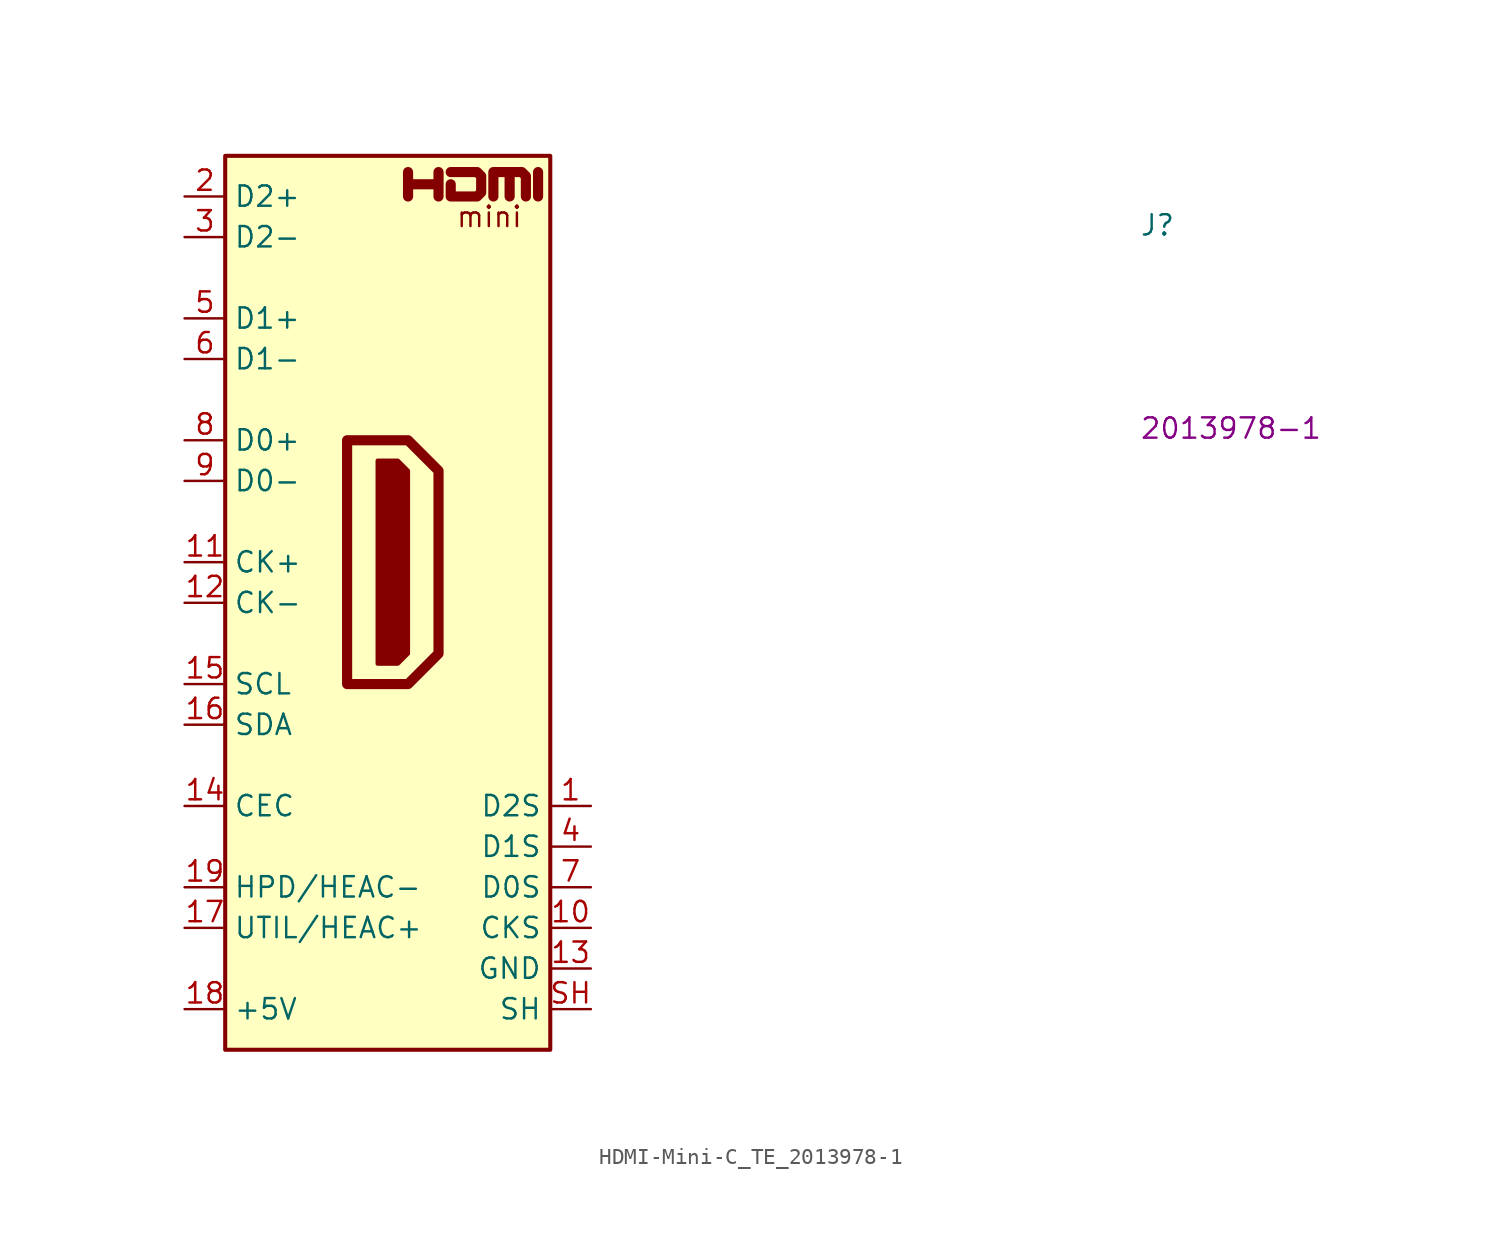
<source format=kicad_sym>
(kicad_symbol_lib
  (version 20220914)
  (generator kicad_symbol_editor)
  (symbol "HDMI-Mini-C_TE_2013978-1"
    (property "Reference" "J"
      (at 59.69 -2.54 0)
      (effects (font (size 1.27 1.27) (thickness 0.15)) (justify left bottom)))
    (property "MPN" "2013978-1"
      (at 59.69 -15.24 0)
      (effects (font (size 1.27 1.27) (thickness 0.15)) (justify left bottom)))
    (symbol "HDMI-Mini-C_TE_2013978-1_0_0"
      (polyline (pts (xy 22.098 0) (xy 22.098 1.524)) (stroke (width 0.635) (type default)) (fill (type none)))
      (polyline (pts (xy 13.97 0) (xy 13.97 1.524) (xy 13.97 0.762) (xy 15.875 0.762) (xy 15.875 1.524) (xy 15.875 0)) (stroke (width 0.635) (type default)) (fill (type none)))
      (polyline (pts (xy 16.637 1.524) (xy 18.288 1.524) (xy 18.542 1.27) (xy 18.542 0.254) (xy 18.288 0) (xy 16.637 0) (xy 16.637 0.762)) (stroke (width 0.635) (type default)) (fill (type none)))
      (text "mini" (at 19.05 -1.27 0) (effects (font (size 1.27 1.27)))))
    (symbol "HDMI-Mini-C_TE_2013978-1_0_1"
      (polyline (pts (xy 10.16 -15.24) (xy 13.97 -15.24) (xy 15.875 -17.145) (xy 15.875 -28.575) (xy 13.97 -30.48) (xy 10.16 -30.48) (xy 10.16 -15.24)) (stroke (width 0.635) (type default)) (fill (type none)))
      (polyline (pts (xy 12.065 -16.51) (xy 13.335 -16.51) (xy 13.97 -17.145) (xy 13.97 -28.575) (xy 13.335 -29.21) (xy 12.065 -29.21) (xy 12.065 -16.51)) (stroke (width 0.254) (type default)) (fill (type outline)))
      (polyline (pts (xy 19.304 0) (xy 19.304 1.524) (xy 20.32 1.524) (xy 20.32 0) (xy 20.32 1.524) (xy 21.082 1.524) (xy 21.336 1.27) (xy 21.336 0)) (stroke (width 0.635) (type default)) (fill (type none)))
      (rectangle (start 2.54 2.54) (end 22.86 -53.34) (stroke (width 0.254) (type default)) (fill (type background)))
      (pin passive line (at 25.4 -38.1 180) (length 2.54) (name "D2S" (effects (font (size 1.27 1.27)))) (number "1" (effects (font (size 1.27 1.27)))))
      (pin passive line (at 25.4 -45.72 180) (length 2.54) (name "CKS" (effects (font (size 1.27 1.27)))) (number "10" (effects (font (size 1.27 1.27)))))
      (pin bidirectional line (at 0 -22.86 0) (length 2.54) (name "CK+" (effects (font (size 1.27 1.27)))) (number "11" (effects (font (size 1.27 1.27)))))
      (pin bidirectional line (at 0 -25.4 0) (length 2.54) (name "CK-" (effects (font (size 1.27 1.27)))) (number "12" (effects (font (size 1.27 1.27)))))
      (pin power_in line (at 25.4 -48.26 180) (length 2.54) (name "GND" (effects (font (size 1.27 1.27)))) (number "13" (effects (font (size 1.27 1.27)))))
      (pin bidirectional line (at 0 -38.1 0) (length 2.54) (name "CEC" (effects (font (size 1.27 1.27)))) (number "14" (effects (font (size 1.27 1.27)))))
      (pin bidirectional line (at 0 -30.48 0) (length 2.54) (name "SCL" (effects (font (size 1.27 1.27)))) (number "15" (effects (font (size 1.27 1.27)))))
      (pin bidirectional line (at 0 -33.02 0) (length 2.54) (name "SDA" (effects (font (size 1.27 1.27)))) (number "16" (effects (font (size 1.27 1.27)))))
      (pin bidirectional line (at 0 -45.72 0) (length 2.54) (name "UTIL/HEAC+" (effects (font (size 1.27 1.27)))) (number "17" (effects (font (size 1.27 1.27)))) (alternate "HEAC+" passive line) (alternate "Utility" passive line))
      (pin power_in line (at 0 -50.8 0) (length 2.54) (name "+5V" (effects (font (size 1.27 1.27)))) (number "18" (effects (font (size 1.27 1.27)))))
      (pin bidirectional line (at 0 -43.18 0) (length 2.54) (name "HPD/HEAC-" (effects (font (size 1.27 1.27)))) (number "19" (effects (font (size 1.27 1.27)))) (alternate "HEAC-" passive line) (alternate "HPD" passive line))
      (pin bidirectional line (at 0 0 0) (length 2.54) (name "D2+" (effects (font (size 1.27 1.27)))) (number "2" (effects (font (size 1.27 1.27)))))
      (pin bidirectional line (at 0 -2.54 0) (length 2.54) (name "D2-" (effects (font (size 1.27 1.27)))) (number "3" (effects (font (size 1.27 1.27)))))
      (pin passive line (at 25.4 -40.64 180) (length 2.54) (name "D1S" (effects (font (size 1.27 1.27)))) (number "4" (effects (font (size 1.27 1.27)))))
      (pin bidirectional line (at 0 -7.62 0) (length 2.54) (name "D1+" (effects (font (size 1.27 1.27)))) (number "5" (effects (font (size 1.27 1.27)))))
      (pin bidirectional line (at 0 -10.16 0) (length 2.54) (name "D1-" (effects (font (size 1.27 1.27)))) (number "6" (effects (font (size 1.27 1.27)))))
      (pin passive line (at 25.4 -43.18 180) (length 2.54) (name "D0S" (effects (font (size 1.27 1.27)))) (number "7" (effects (font (size 1.27 1.27)))))
      (pin bidirectional line (at 0 -15.24 0) (length 2.54) (name "D0+" (effects (font (size 1.27 1.27)))) (number "8" (effects (font (size 1.27 1.27)))))
      (pin bidirectional line (at 0 -17.78 0) (length 2.54) (name "D0-" (effects (font (size 1.27 1.27)))) (number "9" (effects (font (size 1.27 1.27)))))
      (pin passive line (at 25.4 -50.8 180) (length 2.54) (name "SH" (effects (font (size 1.27 1.27)))) (number "SH" (effects (font (size 1.27 1.27))))))))
</source>
